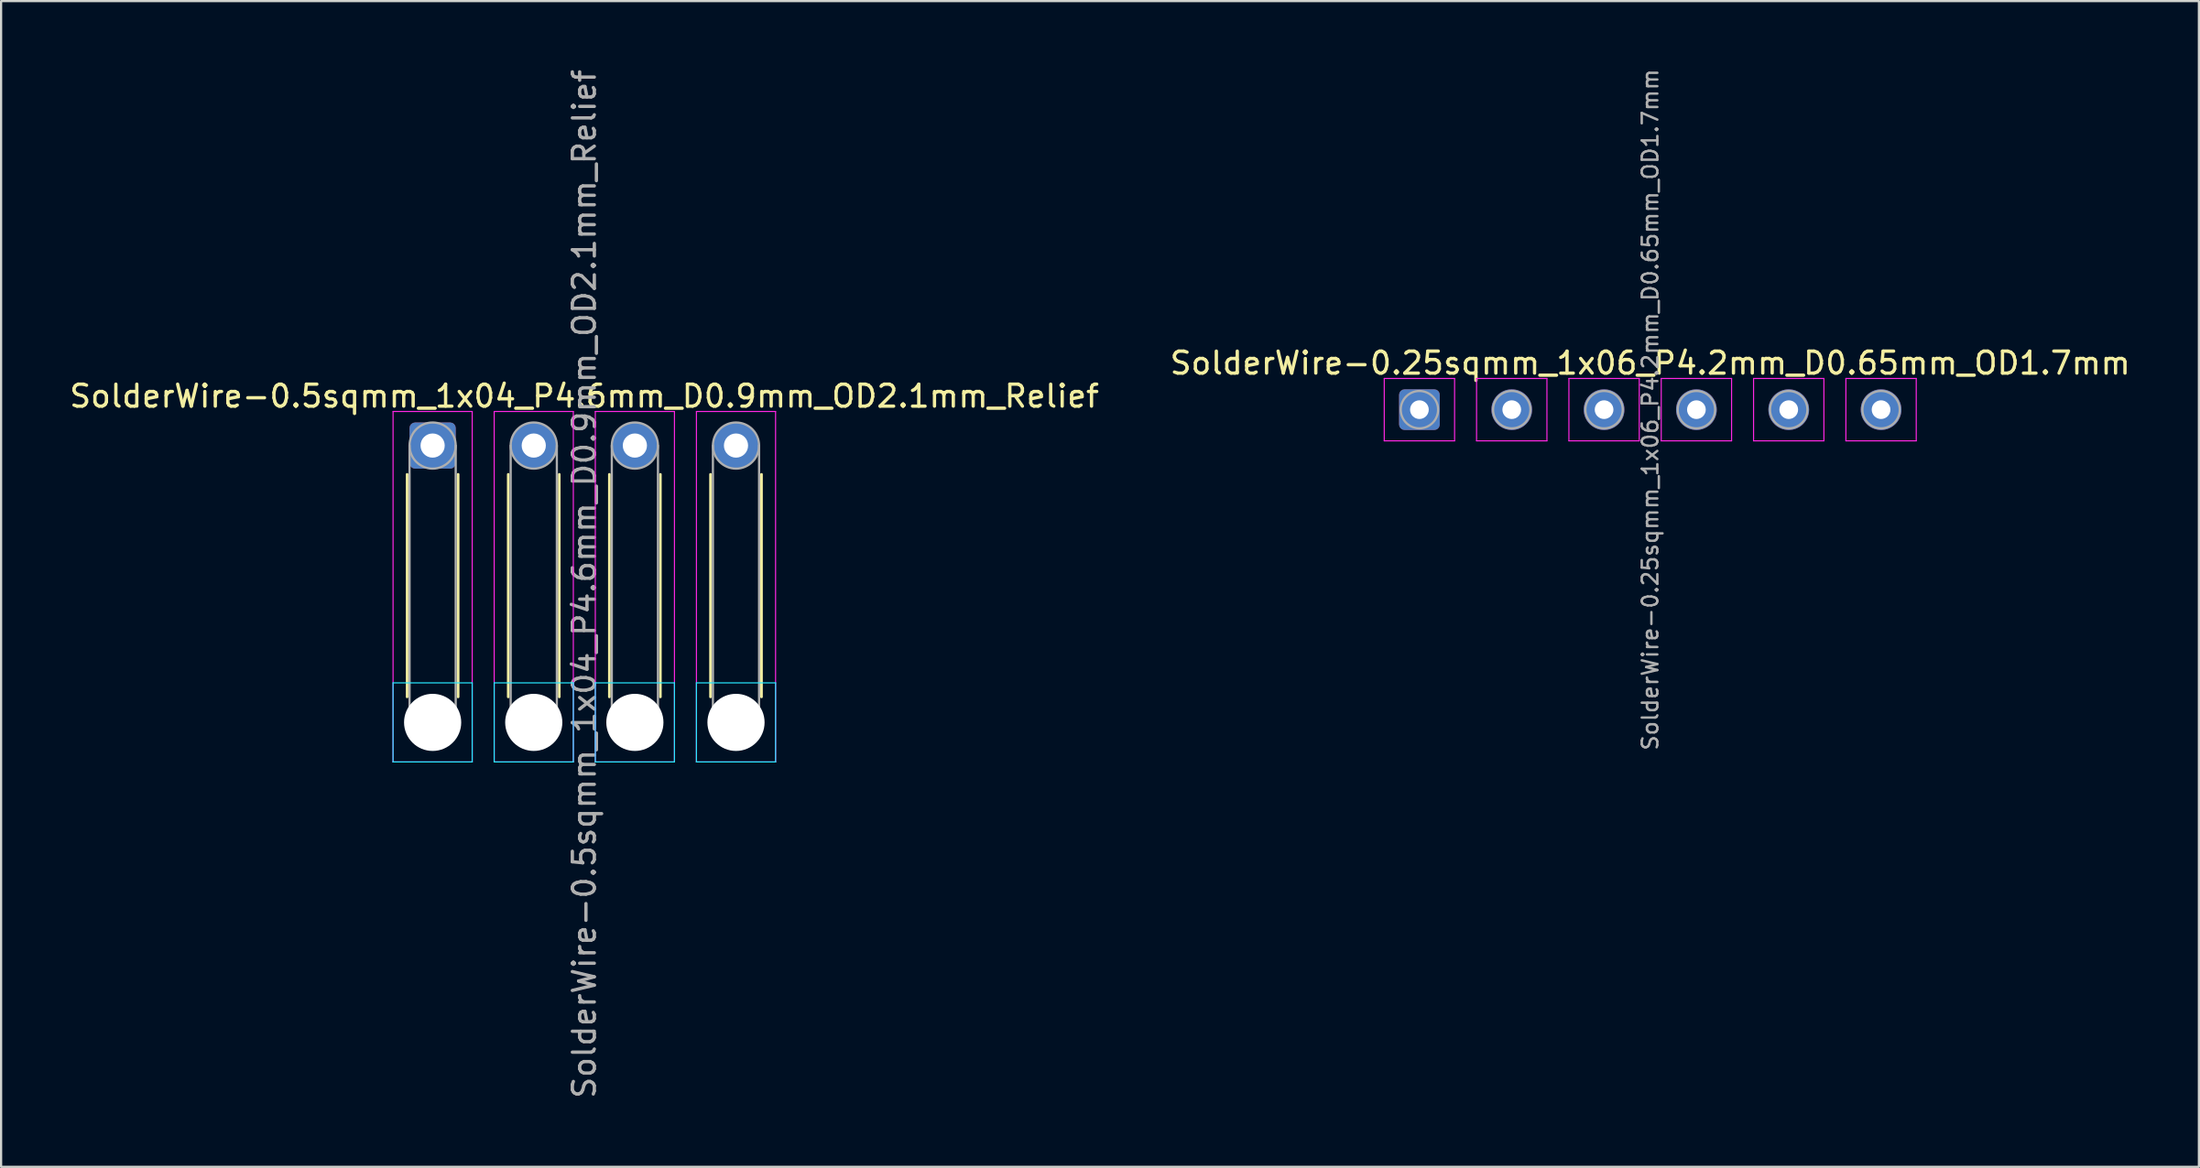
<source format=kicad_pcb>
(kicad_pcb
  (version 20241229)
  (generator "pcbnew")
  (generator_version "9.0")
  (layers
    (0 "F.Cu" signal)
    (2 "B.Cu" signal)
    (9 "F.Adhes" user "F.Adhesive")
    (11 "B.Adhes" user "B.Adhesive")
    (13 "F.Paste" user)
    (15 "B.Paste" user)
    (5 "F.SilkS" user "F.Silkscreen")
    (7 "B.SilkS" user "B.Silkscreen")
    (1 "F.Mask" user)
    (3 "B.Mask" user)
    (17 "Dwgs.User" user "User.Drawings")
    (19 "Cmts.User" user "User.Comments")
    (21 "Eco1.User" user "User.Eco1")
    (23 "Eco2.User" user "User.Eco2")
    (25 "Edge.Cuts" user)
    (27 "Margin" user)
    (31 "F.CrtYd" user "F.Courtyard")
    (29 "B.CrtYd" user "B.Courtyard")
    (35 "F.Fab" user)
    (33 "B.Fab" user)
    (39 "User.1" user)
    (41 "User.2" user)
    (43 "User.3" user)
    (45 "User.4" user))
  (footprint "SolderWire-0.25sqmm_1x06_P4.2mm_D0.65mm_OD1.7mm"
    (layer "F.Cu")
    (at 61.518 15.596)
    (property "Reference" "SolderWire-0.25sqmm_1x06_P4.2mm_D0.65mm_OD1.7mm" (at 10.5 -2.12 0) (layer "F.SilkS") (effects (font (size 1 1) (thickness 0.15))))
    (attr exclude_from_pos_files exclude_from_bom)
    (fp_line (start -1.6 -1.42) (end -1.6 1.42) (stroke (width 0.05) (type solid)) (layer "F.CrtYd"))
    (fp_line (start -1.6 1.42) (end 1.6 1.42) (stroke (width 0.05) (type solid)) (layer "F.CrtYd"))
    (fp_line (start 1.6 -1.42) (end -1.6 -1.42) (stroke (width 0.05) (type solid)) (layer "F.CrtYd"))
    (fp_line (start 1.6 1.42) (end 1.6 -1.42) (stroke (width 0.05) (type solid)) (layer "F.CrtYd"))
    (fp_line (start 2.6 -1.42) (end 2.6 1.42) (stroke (width 0.05) (type solid)) (layer "F.CrtYd"))
    (fp_line (start 2.6 1.42) (end 5.8 1.42) (stroke (width 0.05) (type solid)) (layer "F.CrtYd"))
    (fp_line (start 5.8 -1.42) (end 2.6 -1.42) (stroke (width 0.05) (type solid)) (layer "F.CrtYd"))
    (fp_line (start 5.8 1.42) (end 5.8 -1.42) (stroke (width 0.05) (type solid)) (layer "F.CrtYd"))
    (fp_line (start 6.8 -1.42) (end 6.8 1.42) (stroke (width 0.05) (type solid)) (layer "F.CrtYd"))
    (fp_line (start 6.8 1.42) (end 10 1.42) (stroke (width 0.05) (type solid)) (layer "F.CrtYd"))
    (fp_line (start 10 -1.42) (end 6.8 -1.42) (stroke (width 0.05) (type solid)) (layer "F.CrtYd"))
    (fp_line (start 10 1.42) (end 10 -1.42) (stroke (width 0.05) (type solid)) (layer "F.CrtYd"))
    (fp_line (start 11 -1.42) (end 11 1.42) (stroke (width 0.05) (type solid)) (layer "F.CrtYd"))
    (fp_line (start 11 1.42) (end 14.2 1.42) (stroke (width 0.05) (type solid)) (layer "F.CrtYd"))
    (fp_line (start 14.2 -1.42) (end 11 -1.42) (stroke (width 0.05) (type solid)) (layer "F.CrtYd"))
    (fp_line (start 14.2 1.42) (end 14.2 -1.42) (stroke (width 0.05) (type solid)) (layer "F.CrtYd"))
    (fp_line (start 15.2 -1.42) (end 15.2 1.42) (stroke (width 0.05) (type solid)) (layer "F.CrtYd"))
    (fp_line (start 15.2 1.42) (end 18.4 1.42) (stroke (width 0.05) (type solid)) (layer "F.CrtYd"))
    (fp_line (start 18.4 -1.42) (end 15.2 -1.42) (stroke (width 0.05) (type solid)) (layer "F.CrtYd"))
    (fp_line (start 18.4 1.42) (end 18.4 -1.42) (stroke (width 0.05) (type solid)) (layer "F.CrtYd"))
    (fp_line (start 19.4 -1.42) (end 19.4 1.42) (stroke (width 0.05) (type solid)) (layer "F.CrtYd"))
    (fp_line (start 19.4 1.42) (end 22.6 1.42) (stroke (width 0.05) (type solid)) (layer "F.CrtYd"))
    (fp_line (start 22.6 -1.42) (end 19.4 -1.42) (stroke (width 0.05) (type solid)) (layer "F.CrtYd"))
    (fp_line (start 22.6 1.42) (end 22.6 -1.42) (stroke (width 0.05) (type solid)) (layer "F.CrtYd"))
    (fp_circle (center 0 0) (end 0.85 0) (stroke (width 0.1) (type solid)) (fill no) (layer "F.Fab"))
    (fp_circle (center 4.2 0) (end 5.05 0) (stroke (width 0.1) (type solid)) (fill no) (layer "F.Fab"))
    (fp_circle (center 8.4 0) (end 9.25 0) (stroke (width 0.1) (type solid)) (fill no) (layer "F.Fab"))
    (fp_circle (center 12.6 0) (end 13.45 0) (stroke (width 0.1) (type solid)) (fill no) (layer "F.Fab"))
    (fp_circle (center 16.8 0) (end 17.65 0) (stroke (width 0.1) (type solid)) (fill no) (layer "F.Fab"))
    (fp_circle (center 21 0) (end 21.85 0) (stroke (width 0.1) (type solid)) (fill no) (layer "F.Fab"))
    (fp_text user "${REFERENCE}" (at 10.5 0 90) (layer "F.Fab") (effects (font (size 0.71 0.71) (thickness 0.11))))
    (pad "1" thru_hole roundrect (at 0 0) (size 1.85 1.85) (drill 0.85) (layers "*.Cu" "*.Mask") (roundrect_rratio 0.135))
    (pad "2" thru_hole circle (at 4.2 0) (size 1.85 1.85) (drill 0.85) (layers "*.Cu" "*.Mask"))
    (pad "3" thru_hole circle (at 8.4 0) (size 1.85 1.85) (drill 0.85) (layers "*.Cu" "*.Mask"))
    (pad "4" thru_hole circle (at 12.6 0) (size 1.85 1.85) (drill 0.85) (layers "*.Cu" "*.Mask"))
    (pad "5" thru_hole circle (at 16.8 0) (size 1.85 1.85) (drill 0.85) (layers "*.Cu" "*.Mask"))
    (pad "6" thru_hole circle (at 21 0) (size 1.85 1.85) (drill 0.85) (layers "*.Cu" "*.Mask")))
  (footprint "SolderWire-0.5sqmm_1x04_P4.6mm_D0.9mm_OD2.1mm_Relief"
    (layer "F.Cu")
    (at 16.63 17.23)
    (property "Reference" "SolderWire-0.5sqmm_1x04_P4.6mm_D0.9mm_OD2.1mm_Relief" (at 6.9 -2.25 0) (layer "F.SilkS") (effects (font (size 1 1) (thickness 0.15))))
    (attr exclude_from_pos_files exclude_from_bom)
    (fp_line (start -1.16 1.31) (end -1.16 11.44) (stroke (width 0.12) (type solid)) (layer "F.SilkS"))
    (fp_line (start 1.16 1.31) (end 1.16 11.44) (stroke (width 0.12) (type solid)) (layer "F.SilkS"))
    (fp_line (start 3.44 1.31) (end 3.44 11.44) (stroke (width 0.12) (type solid)) (layer "F.SilkS"))
    (fp_line (start 5.76 1.31) (end 5.76 11.44) (stroke (width 0.12) (type solid)) (layer "F.SilkS"))
    (fp_line (start 8.04 1.31) (end 8.04 11.44) (stroke (width 0.12) (type solid)) (layer "F.SilkS"))
    (fp_line (start 10.36 1.31) (end 10.36 11.44) (stroke (width 0.12) (type solid)) (layer "F.SilkS"))
    (fp_line (start 12.64 1.31) (end 12.64 11.44) (stroke (width 0.12) (type solid)) (layer "F.SilkS"))
    (fp_line (start 14.96 1.31) (end 14.96 11.44) (stroke (width 0.12) (type solid)) (layer "F.SilkS"))
    (fp_line (start -1.8 10.8) (end -1.8 14.4) (stroke (width 0.05) (type solid)) (layer "B.CrtYd"))
    (fp_line (start -1.8 14.4) (end 1.8 14.4) (stroke (width 0.05) (type solid)) (layer "B.CrtYd"))
    (fp_line (start 1.8 10.8) (end -1.8 10.8) (stroke (width 0.05) (type solid)) (layer "B.CrtYd"))
    (fp_line (start 1.8 14.4) (end 1.8 10.8) (stroke (width 0.05) (type solid)) (layer "B.CrtYd"))
    (fp_line (start 2.8 10.8) (end 2.8 14.4) (stroke (width 0.05) (type solid)) (layer "B.CrtYd"))
    (fp_line (start 2.8 14.4) (end 6.4 14.4) (stroke (width 0.05) (type solid)) (layer "B.CrtYd"))
    (fp_line (start 6.4 10.8) (end 2.8 10.8) (stroke (width 0.05) (type solid)) (layer "B.CrtYd"))
    (fp_line (start 6.4 14.4) (end 6.4 10.8) (stroke (width 0.05) (type solid)) (layer "B.CrtYd"))
    (fp_line (start 7.4 10.8) (end 7.4 14.4) (stroke (width 0.05) (type solid)) (layer "B.CrtYd"))
    (fp_line (start 7.4 14.4) (end 11 14.4) (stroke (width 0.05) (type solid)) (layer "B.CrtYd"))
    (fp_line (start 11 10.8) (end 7.4 10.8) (stroke (width 0.05) (type solid)) (layer "B.CrtYd"))
    (fp_line (start 11 14.4) (end 11 10.8) (stroke (width 0.05) (type solid)) (layer "B.CrtYd"))
    (fp_line (start 12 10.8) (end 12 14.4) (stroke (width 0.05) (type solid)) (layer "B.CrtYd"))
    (fp_line (start 12 14.4) (end 15.6 14.4) (stroke (width 0.05) (type solid)) (layer "B.CrtYd"))
    (fp_line (start 15.6 10.8) (end 12 10.8) (stroke (width 0.05) (type solid)) (layer "B.CrtYd"))
    (fp_line (start 15.6 14.4) (end 15.6 10.8) (stroke (width 0.05) (type solid)) (layer "B.CrtYd"))
    (fp_line (start -1.8 -1.55) (end -1.8 14.4) (stroke (width 0.05) (type solid)) (layer "F.CrtYd"))
    (fp_line (start -1.8 14.4) (end 1.8 14.4) (stroke (width 0.05) (type solid)) (layer "F.CrtYd"))
    (fp_line (start 1.8 -1.55) (end -1.8 -1.55) (stroke (width 0.05) (type solid)) (layer "F.CrtYd"))
    (fp_line (start 1.8 14.4) (end 1.8 -1.55) (stroke (width 0.05) (type solid)) (layer "F.CrtYd"))
    (fp_line (start 2.8 -1.55) (end 2.8 14.4) (stroke (width 0.05) (type solid)) (layer "F.CrtYd"))
    (fp_line (start 2.8 14.4) (end 6.4 14.4) (stroke (width 0.05) (type solid)) (layer "F.CrtYd"))
    (fp_line (start 6.4 -1.55) (end 2.8 -1.55) (stroke (width 0.05) (type solid)) (layer "F.CrtYd"))
    (fp_line (start 6.4 14.4) (end 6.4 -1.55) (stroke (width 0.05) (type solid)) (layer "F.CrtYd"))
    (fp_line (start 7.4 -1.55) (end 7.4 14.4) (stroke (width 0.05) (type solid)) (layer "F.CrtYd"))
    (fp_line (start 7.4 14.4) (end 11 14.4) (stroke (width 0.05) (type solid)) (layer "F.CrtYd"))
    (fp_line (start 11 -1.55) (end 7.4 -1.55) (stroke (width 0.05) (type solid)) (layer "F.CrtYd"))
    (fp_line (start 11 14.4) (end 11 -1.55) (stroke (width 0.05) (type solid)) (layer "F.CrtYd"))
    (fp_line (start 12 -1.55) (end 12 14.4) (stroke (width 0.05) (type solid)) (layer "F.CrtYd"))
    (fp_line (start 12 14.4) (end 15.6 14.4) (stroke (width 0.05) (type solid)) (layer "F.CrtYd"))
    (fp_line (start 15.6 -1.55) (end 12 -1.55) (stroke (width 0.05) (type solid)) (layer "F.CrtYd"))
    (fp_line (start 15.6 14.4) (end 15.6 -1.55) (stroke (width 0.05) (type solid)) (layer "F.CrtYd"))
    (fp_line (start -1.05 0) (end -1.05 12.6) (stroke (width 0.1) (type solid)) (layer "F.Fab"))
    (fp_line (start 1.05 0) (end 1.05 12.6) (stroke (width 0.1) (type solid)) (layer "F.Fab"))
    (fp_line (start 3.55 0) (end 3.55 12.6) (stroke (width 0.1) (type solid)) (layer "F.Fab"))
    (fp_line (start 5.65 0) (end 5.65 12.6) (stroke (width 0.1) (type solid)) (layer "F.Fab"))
    (fp_line (start 8.15 0) (end 8.15 12.6) (stroke (width 0.1) (type solid)) (layer "F.Fab"))
    (fp_line (start 10.25 0) (end 10.25 12.6) (stroke (width 0.1) (type solid)) (layer "F.Fab"))
    (fp_line (start 12.75 0) (end 12.75 12.6) (stroke (width 0.1) (type solid)) (layer "F.Fab"))
    (fp_line (start 14.85 0) (end 14.85 12.6) (stroke (width 0.1) (type solid)) (layer "F.Fab"))
    (fp_circle (center 0 0) (end 1.05 0) (stroke (width 0.1) (type solid)) (fill no) (layer "F.Fab"))
    (fp_circle (center 0 12.6) (end 1.05 12.6) (stroke (width 0.1) (type solid)) (fill no) (layer "F.Fab"))
    (fp_circle (center 4.6 0) (end 5.65 0) (stroke (width 0.1) (type solid)) (fill no) (layer "F.Fab"))
    (fp_circle (center 4.6 12.6) (end 5.65 12.6) (stroke (width 0.1) (type solid)) (fill no) (layer "F.Fab"))
    (fp_circle (center 9.2 0) (end 10.25 0) (stroke (width 0.1) (type solid)) (fill no) (layer "F.Fab"))
    (fp_circle (center 9.2 12.6) (end 10.25 12.6) (stroke (width 0.1) (type solid)) (fill no) (layer "F.Fab"))
    (fp_circle (center 13.8 0) (end 14.85 0) (stroke (width 0.1) (type solid)) (fill no) (layer "F.Fab"))
    (fp_circle (center 13.8 12.6) (end 14.85 12.6) (stroke (width 0.1) (type solid)) (fill no) (layer "F.Fab"))
    (fp_text user "${REFERENCE}" (at 6.9 6.3 90) (layer "F.Fab") (effects (font (size 1 1) (thickness 0.15))))
    (pad "" np_thru_hole circle (at 0 12.6) (size 2.6 2.6) (drill 2.6) (layers "*.Cu" "*.Mask"))
    (pad "" np_thru_hole circle (at 4.6 12.6) (size 2.6 2.6) (drill 2.6) (layers "*.Cu" "*.Mask"))
    (pad "" np_thru_hole circle (at 9.2 12.6) (size 2.6 2.6) (drill 2.6) (layers "*.Cu" "*.Mask"))
    (pad "" np_thru_hole circle (at 13.8 12.6) (size 2.6 2.6) (drill 2.6) (layers "*.Cu" "*.Mask"))
    (pad "1" thru_hole roundrect (at 0 0) (size 2.1 2.1) (drill 1.1) (layers "*.Cu" "*.Mask") (roundrect_rratio 0.119))
    (pad "2" thru_hole circle (at 4.6 0) (size 2.1 2.1) (drill 1.1) (layers "*.Cu" "*.Mask"))
    (pad "3" thru_hole circle (at 9.2 0) (size 2.1 2.1) (drill 1.1) (layers "*.Cu" "*.Mask"))
    (pad "4" thru_hole circle (at 13.8 0) (size 2.1 2.1) (drill 1.1) (layers "*.Cu" "*.Mask")))
  (gr_rect
    (start -3 -3)
    (end 96.976 50.06)
    (stroke (width 0.1) (type default))
    (fill no)
    (layer "Edge.Cuts")))
</source>
